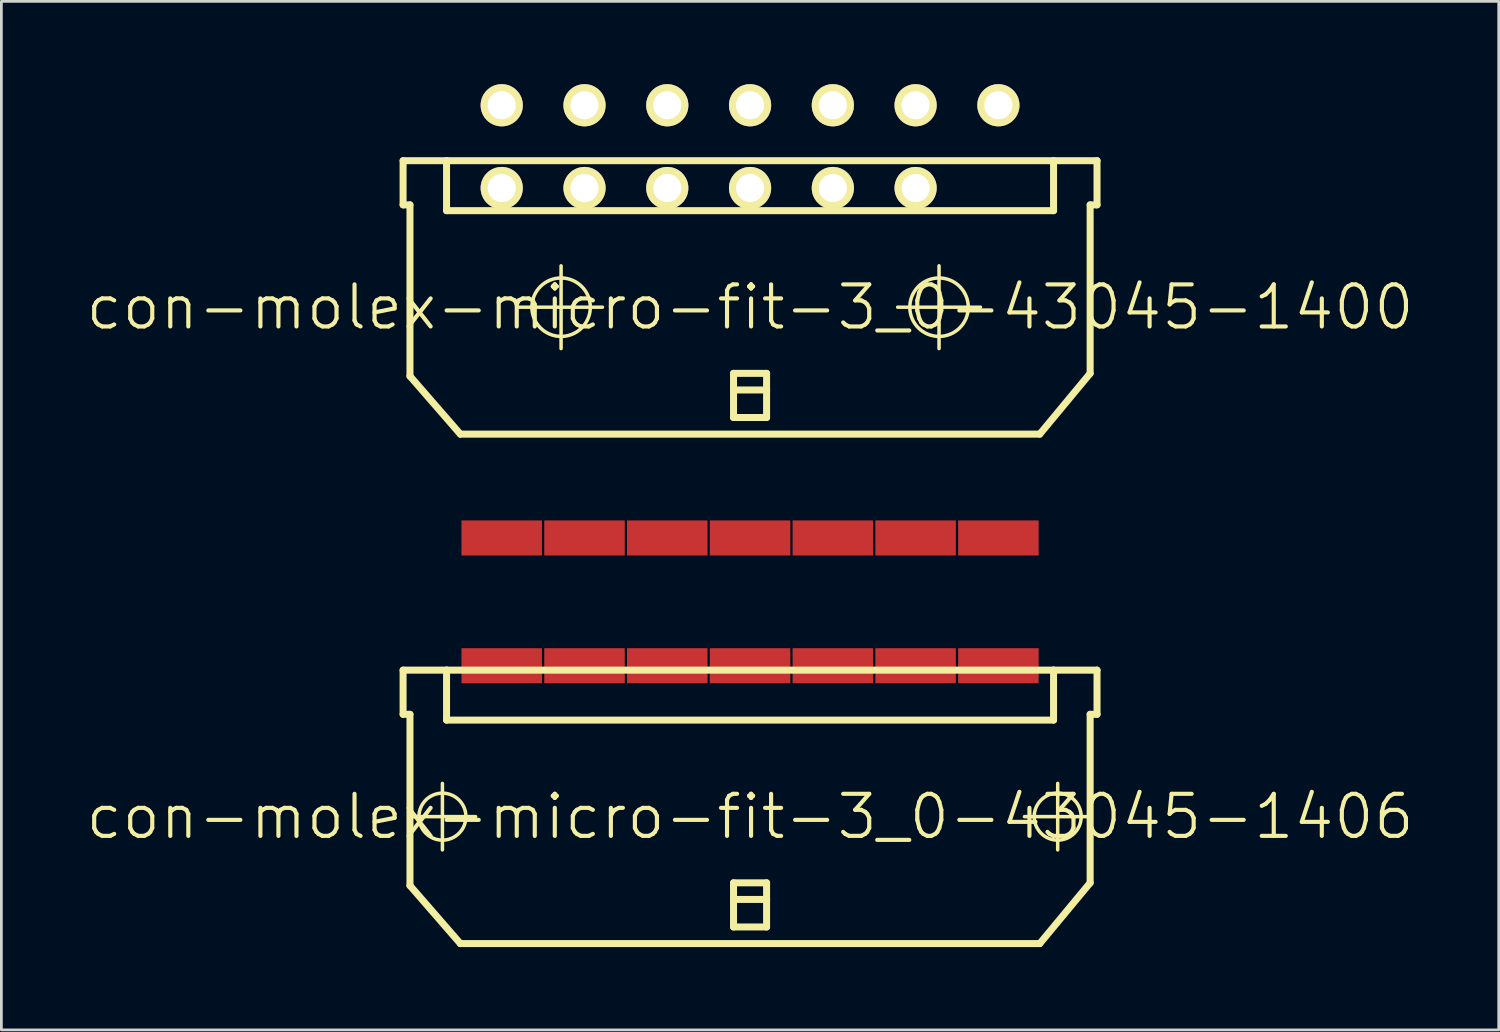
<source format=kicad_pcb>
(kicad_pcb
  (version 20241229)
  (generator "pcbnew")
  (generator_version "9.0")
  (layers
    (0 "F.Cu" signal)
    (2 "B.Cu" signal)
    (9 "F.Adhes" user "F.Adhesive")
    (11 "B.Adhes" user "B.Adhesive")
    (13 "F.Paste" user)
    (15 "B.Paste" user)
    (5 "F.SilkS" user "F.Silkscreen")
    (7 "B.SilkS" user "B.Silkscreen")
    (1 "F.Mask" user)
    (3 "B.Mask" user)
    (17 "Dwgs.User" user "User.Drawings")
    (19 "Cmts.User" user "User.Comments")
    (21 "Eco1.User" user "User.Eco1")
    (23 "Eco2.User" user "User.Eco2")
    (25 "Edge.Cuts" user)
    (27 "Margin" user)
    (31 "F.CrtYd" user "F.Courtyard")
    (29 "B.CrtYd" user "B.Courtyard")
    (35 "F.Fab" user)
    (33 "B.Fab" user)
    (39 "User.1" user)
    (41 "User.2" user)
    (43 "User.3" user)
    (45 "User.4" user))
  (footprint "con-molex-micro-fit-3_0-43045-1400"
    (layer "F.Cu")
    (at 24.13 8.082)
    (property "Reference" "con-molex-micro-fit-3_0-43045-1400" (at 0 0 0) (layer "F.SilkS") (effects (font (size 1.524 1.524) (thickness 0.15))))
    (attr exclude_from_pos_files exclude_from_bom)
    (fp_line (start -12.573 -5.309) (end -12.573 -3.708) (stroke (width 0.254) (type solid)) (layer "F.SilkS"))
    (fp_line (start -12.573 -3.708) (end -12.324 -3.708) (stroke (width 0.254) (type solid)) (layer "F.SilkS"))
    (fp_line (start -12.324 2.499) (end -12.324 -3.708) (stroke (width 0.254) (type solid)) (layer "F.SilkS"))
    (fp_line (start -12.324 2.499) (end -10.498 4.6) (stroke (width 0.254) (type solid)) (layer "F.SilkS"))
    (fp_line (start -10.998 -5.309) (end -12.573 -5.309) (stroke (width 0.254) (type solid)) (layer "F.SilkS"))
    (fp_line (start -10.998 -5.309) (end -10.998 -3.498) (stroke (width 0.254) (type solid)) (layer "F.SilkS"))
    (fp_line (start -10.998 -5.309) (end 10.998 -5.309) (stroke (width 0.254) (type solid)) (layer "F.SilkS"))
    (fp_line (start -10.998 -3.498) (end 10.998 -3.498) (stroke (width 0.254) (type solid)) (layer "F.SilkS"))
    (fp_line (start -8.349 0) (end -5.349 0) (stroke (width 0.127) (type solid)) (layer "F.SilkS"))
    (fp_line (start -6.848 1.499) (end -6.848 -1.499) (stroke (width 0.127) (type solid)) (layer "F.SilkS"))
    (fp_line (start -4.829 -5.309) (end -10.998 -5.309) (stroke (width 0.127) (type solid)) (layer "F.SilkS"))
    (fp_line (start -4.823 -5.309) (end -10.998 -5.309) (stroke (width 0.127) (type solid)) (layer "F.SilkS"))
    (fp_line (start -0.599 2.398) (end 0.599 2.398) (stroke (width 0.254) (type solid)) (layer "F.SilkS"))
    (fp_line (start -0.599 3) (end -0.599 2.398) (stroke (width 0.254) (type solid)) (layer "F.SilkS"))
    (fp_line (start -0.599 3) (end 0.599 3) (stroke (width 0.254) (type solid)) (layer "F.SilkS"))
    (fp_line (start -0.599 3.998) (end -0.599 3) (stroke (width 0.254) (type solid)) (layer "F.SilkS"))
    (fp_line (start 0.599 2.398) (end 0.599 3) (stroke (width 0.254) (type solid)) (layer "F.SilkS"))
    (fp_line (start 0.599 3) (end 0.599 3.998) (stroke (width 0.254) (type solid)) (layer "F.SilkS"))
    (fp_line (start 0.599 3.998) (end -0.599 3.998) (stroke (width 0.254) (type solid)) (layer "F.SilkS"))
    (fp_line (start 5.349 0) (end 8.349 0) (stroke (width 0.127) (type solid)) (layer "F.SilkS"))
    (fp_line (start 6.848 1.499) (end 6.848 -1.499) (stroke (width 0.127) (type solid)) (layer "F.SilkS"))
    (fp_line (start 10.498 4.6) (end -10.498 4.6) (stroke (width 0.254) (type solid)) (layer "F.SilkS"))
    (fp_line (start 10.998 -5.309) (end 12.573 -5.309) (stroke (width 0.254) (type solid)) (layer "F.SilkS"))
    (fp_line (start 10.998 -3.498) (end 10.998 -5.309) (stroke (width 0.254) (type solid)) (layer "F.SilkS"))
    (fp_line (start 12.324 -3.708) (end 12.324 2.398) (stroke (width 0.254) (type solid)) (layer "F.SilkS"))
    (fp_line (start 12.324 2.398) (end 10.498 4.6) (stroke (width 0.254) (type solid)) (layer "F.SilkS"))
    (fp_line (start 12.573 -5.309) (end 12.573 -3.708) (stroke (width 0.254) (type solid)) (layer "F.SilkS"))
    (fp_line (start 12.573 -3.708) (end 12.324 -3.708) (stroke (width 0.254) (type solid)) (layer "F.SilkS"))
    (fp_circle (center -6.848 0) (end -7.597 0.749) (stroke (width 0.127) (type solid)) (fill no) (layer "F.SilkS"))
    (fp_circle (center 6.848 0) (end 7.597 0.749) (stroke (width 0.127) (type solid)) (fill no) (layer "F.SilkS"))
    (pad "P$1" thru_hole rect (at 8.999 -4.318) (size 0.001 0.001) (drill 1.019) (layers "*.Cu" "F.Mask" "F.SilkS" "F.Paste"))
    (pad "P$2" thru_hole circle (at 5.999 -4.318) (size 1.529 1.529) (drill 1.019) (layers "*.Cu" "F.Mask" "F.SilkS" "F.Paste"))
    (pad "P$3" thru_hole circle (at 3 -4.318) (size 1.529 1.529) (drill 1.019) (layers "*.Cu" "F.Mask" "F.SilkS" "F.Paste"))
    (pad "P$4" thru_hole circle (at 0 -4.318) (size 1.529 1.529) (drill 1.019) (layers "*.Cu" "F.Mask" "F.SilkS" "F.Paste"))
    (pad "P$5" thru_hole circle (at -3 -4.318) (size 1.529 1.529) (drill 1.019) (layers "*.Cu" "F.Mask" "F.SilkS" "F.Paste"))
    (pad "P$6" thru_hole circle (at -5.999 -4.318) (size 1.529 1.529) (drill 1.019) (layers "*.Cu" "F.Mask" "F.SilkS" "F.Paste"))
    (pad "P$7" thru_hole circle (at -8.999 -4.318) (size 1.529 1.529) (drill 1.019) (layers "*.Cu" "F.Mask" "F.SilkS" "F.Paste"))
    (pad "P$8" thru_hole circle (at 8.999 -7.318) (size 1.529 1.529) (drill 1.019) (layers "*.Cu" "F.Mask" "F.SilkS" "F.Paste"))
    (pad "P$9" thru_hole circle (at 5.999 -7.318) (size 1.529 1.529) (drill 1.019) (layers "*.Cu" "F.Mask" "F.SilkS" "F.Paste"))
    (pad "P$10" thru_hole circle (at 3 -7.318) (size 1.529 1.529) (drill 1.019) (layers "*.Cu" "F.Mask" "F.SilkS" "F.Paste"))
    (pad "P$11" thru_hole circle (at 0 -7.318) (size 1.529 1.529) (drill 1.019) (layers "*.Cu" "F.Mask" "F.SilkS" "F.Paste"))
    (pad "P$12" thru_hole circle (at -3 -7.318) (size 1.529 1.529) (drill 1.019) (layers "*.Cu" "F.Mask" "F.SilkS" "F.Paste"))
    (pad "P$13" thru_hole circle (at -5.999 -7.318) (size 1.529 1.529) (drill 1.019) (layers "*.Cu" "F.Mask" "F.SilkS" "F.Paste"))
    (pad "P$14" thru_hole circle (at -8.999 -7.318) (size 1.529 1.529) (drill 1.019) (layers "*.Cu" "F.Mask" "F.SilkS" "F.Paste")))
  (footprint "con-molex-micro-fit-3_0-43045-1406"
    (layer "F.Cu")
    (at 24.13 26.543)
    (property "Reference" "con-molex-micro-fit-3_0-43045-1406" (at 0 0 0) (layer "F.SilkS") (effects (font (size 1.524 1.524) (thickness 0.15))))
    (attr smd)
    (fp_line (start -12.573 -5.309) (end -12.573 -3.708) (stroke (width 0.254) (type solid)) (layer "F.SilkS"))
    (fp_line (start -12.573 -3.708) (end -12.324 -3.708) (stroke (width 0.254) (type solid)) (layer "F.SilkS"))
    (fp_line (start -12.355 0) (end -9.944 0) (stroke (width 0.127) (type solid)) (layer "F.SilkS"))
    (fp_line (start -12.324 2.499) (end -12.324 -3.708) (stroke (width 0.254) (type solid)) (layer "F.SilkS"))
    (fp_line (start -12.324 2.499) (end -10.498 4.6) (stroke (width 0.254) (type solid)) (layer "F.SilkS"))
    (fp_line (start -11.148 1.204) (end -11.148 -1.204) (stroke (width 0.127) (type solid)) (layer "F.SilkS"))
    (fp_line (start -10.998 -5.309) (end -12.573 -5.309) (stroke (width 0.254) (type solid)) (layer "F.SilkS"))
    (fp_line (start -10.998 -5.309) (end -10.998 -3.498) (stroke (width 0.254) (type solid)) (layer "F.SilkS"))
    (fp_line (start -10.998 -5.309) (end 10.998 -5.309) (stroke (width 0.254) (type solid)) (layer "F.SilkS"))
    (fp_line (start -10.998 -3.498) (end 10.998 -3.498) (stroke (width 0.254) (type solid)) (layer "F.SilkS"))
    (fp_line (start -4.829 -5.309) (end -10.998 -5.309) (stroke (width 0.127) (type solid)) (layer "F.SilkS"))
    (fp_line (start -4.823 -5.309) (end -10.998 -5.309) (stroke (width 0.127) (type solid)) (layer "F.SilkS"))
    (fp_line (start -0.599 2.398) (end 0.599 2.398) (stroke (width 0.254) (type solid)) (layer "F.SilkS"))
    (fp_line (start -0.599 3) (end -0.599 2.398) (stroke (width 0.254) (type solid)) (layer "F.SilkS"))
    (fp_line (start -0.599 3) (end 0.599 3) (stroke (width 0.254) (type solid)) (layer "F.SilkS"))
    (fp_line (start -0.599 3.998) (end -0.599 3) (stroke (width 0.254) (type solid)) (layer "F.SilkS"))
    (fp_line (start 0.599 2.398) (end 0.599 3) (stroke (width 0.254) (type solid)) (layer "F.SilkS"))
    (fp_line (start 0.599 3) (end 0.599 3.998) (stroke (width 0.254) (type solid)) (layer "F.SilkS"))
    (fp_line (start 0.599 3.998) (end -0.599 3.998) (stroke (width 0.254) (type solid)) (layer "F.SilkS"))
    (fp_line (start 9.944 0) (end 12.355 0) (stroke (width 0.127) (type solid)) (layer "F.SilkS"))
    (fp_line (start 10.498 4.6) (end -10.498 4.6) (stroke (width 0.254) (type solid)) (layer "F.SilkS"))
    (fp_line (start 10.998 -5.309) (end 12.573 -5.309) (stroke (width 0.254) (type solid)) (layer "F.SilkS"))
    (fp_line (start 10.998 -3.498) (end 10.998 -5.309) (stroke (width 0.254) (type solid)) (layer "F.SilkS"))
    (fp_line (start 11.148 1.204) (end 11.148 -1.204) (stroke (width 0.127) (type solid)) (layer "F.SilkS"))
    (fp_line (start 12.324 -3.708) (end 12.324 2.398) (stroke (width 0.254) (type solid)) (layer "F.SilkS"))
    (fp_line (start 12.324 2.398) (end 10.498 4.6) (stroke (width 0.254) (type solid)) (layer "F.SilkS"))
    (fp_line (start 12.573 -5.309) (end 12.573 -3.708) (stroke (width 0.254) (type solid)) (layer "F.SilkS"))
    (fp_line (start 12.573 -3.708) (end 12.324 -3.708) (stroke (width 0.254) (type solid)) (layer "F.SilkS"))
    (fp_circle (center -11.148 0) (end -11.75 0.602) (stroke (width 0.127) (type solid)) (fill no) (layer "F.SilkS"))
    (fp_circle (center 11.148 0) (end 11.75 0.602) (stroke (width 0.127) (type solid)) (fill no) (layer "F.SilkS"))
    (pad "P$1" smd rect (at 8.999 -5.469) (size 2.918 1.27) (layers "F.Cu" "F.Mask" "F.Paste"))
    (pad "P$2" smd rect (at 5.999 -5.469) (size 2.918 1.27) (layers "F.Cu" "F.Mask" "F.Paste"))
    (pad "P$3" smd rect (at 3 -5.469) (size 2.918 1.27) (layers "F.Cu" "F.Mask" "F.Paste"))
    (pad "P$4" smd rect (at 0 -5.469) (size 2.918 1.27) (layers "F.Cu" "F.Mask" "F.Paste"))
    (pad "P$5" smd rect (at -3 -5.469) (size 2.918 1.27) (layers "F.Cu" "F.Mask" "F.Paste"))
    (pad "P$6" smd rect (at -5.999 -5.469) (size 2.918 1.27) (layers "F.Cu" "F.Mask" "F.Paste"))
    (pad "P$7" smd rect (at -8.999 -5.469) (size 2.918 1.27) (layers "F.Cu" "F.Mask" "F.Paste"))
    (pad "P$8" smd rect (at 8.999 -10.099) (size 2.918 1.27) (layers "F.Cu" "F.Mask" "F.Paste"))
    (pad "P$9" smd rect (at 5.999 -10.099) (size 2.918 1.27) (layers "F.Cu" "F.Mask" "F.Paste"))
    (pad "P$10" smd rect (at 3 -10.099) (size 2.918 1.27) (layers "F.Cu" "F.Mask" "F.Paste"))
    (pad "P$11" smd rect (at 0 -10.099) (size 2.918 1.27) (layers "F.Cu" "F.Mask" "F.Paste"))
    (pad "P$12" smd rect (at -3 -10.099) (size 2.918 1.27) (layers "F.Cu" "F.Mask" "F.Paste"))
    (pad "P$13" smd rect (at -5.999 -10.099) (size 2.918 1.27) (layers "F.Cu" "F.Mask" "F.Paste"))
    (pad "P$14" smd rect (at -8.999 -10.099) (size 2.918 1.27) (layers "F.Cu" "F.Mask" "F.Paste")))
  (gr_rect
    (start -3 -3)
    (end 51.26 34.27)
    (stroke (width 0.1) (type default))
    (fill no)
    (layer "Edge.Cuts")))
</source>
